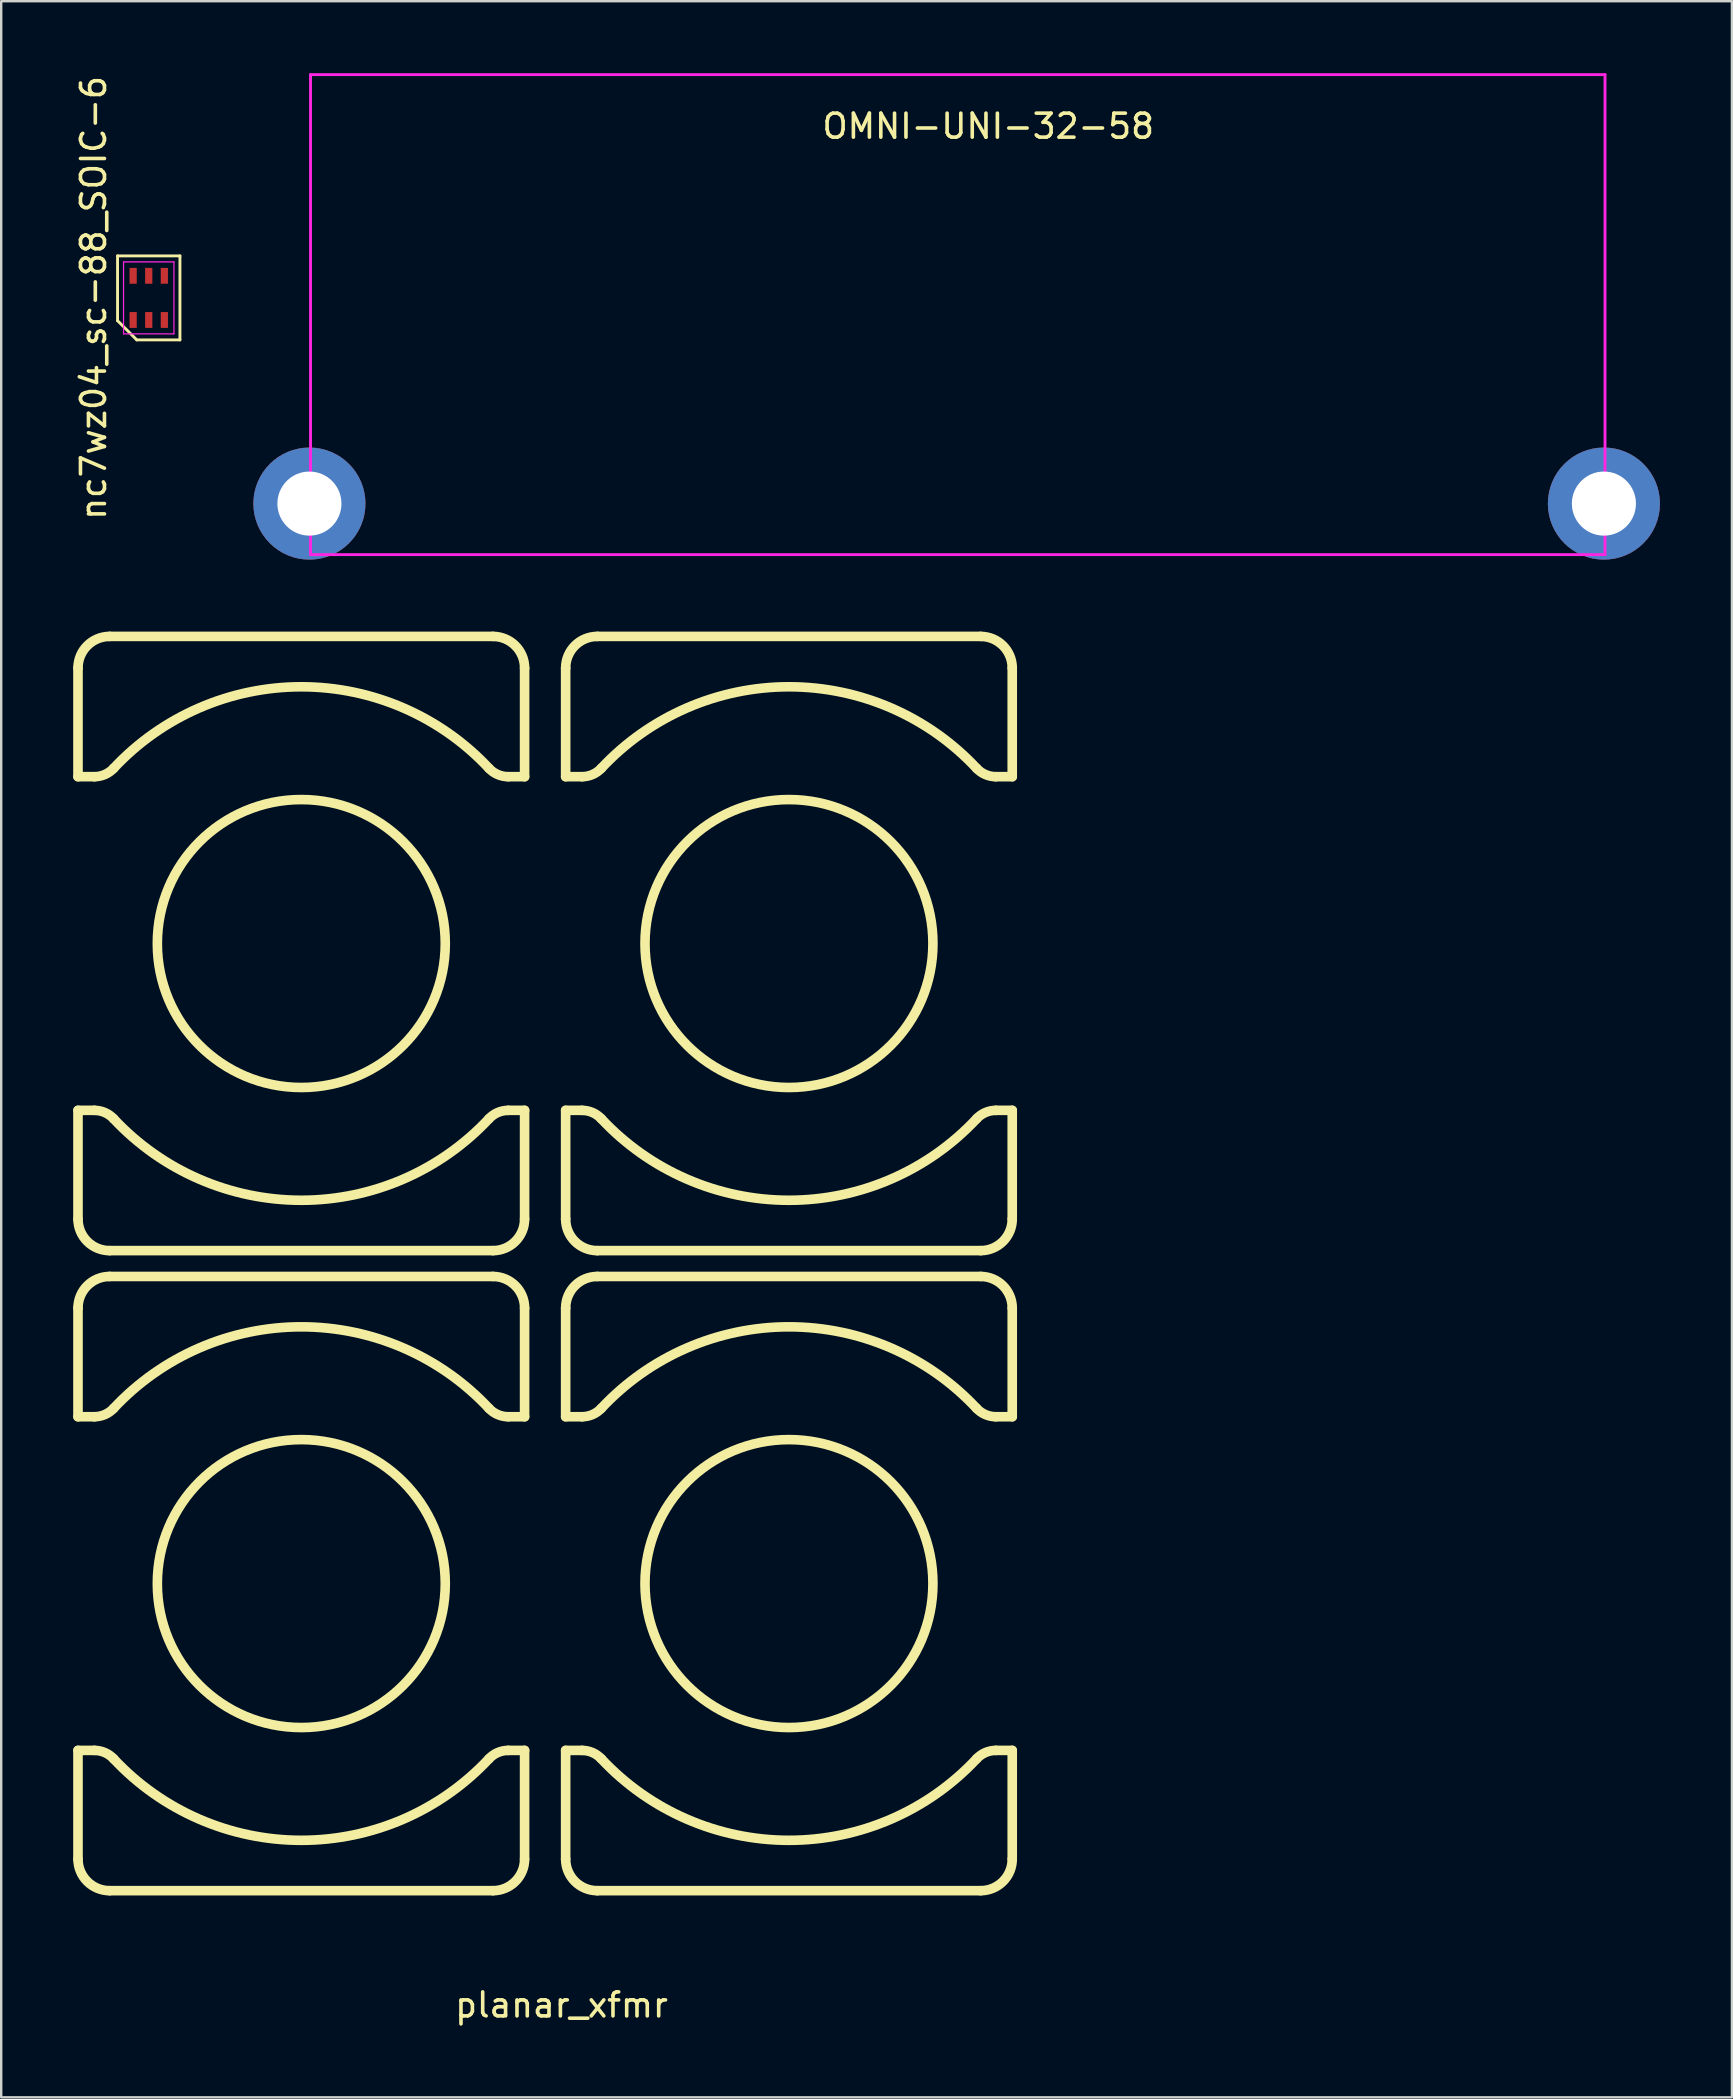
<source format=kicad_pcb>
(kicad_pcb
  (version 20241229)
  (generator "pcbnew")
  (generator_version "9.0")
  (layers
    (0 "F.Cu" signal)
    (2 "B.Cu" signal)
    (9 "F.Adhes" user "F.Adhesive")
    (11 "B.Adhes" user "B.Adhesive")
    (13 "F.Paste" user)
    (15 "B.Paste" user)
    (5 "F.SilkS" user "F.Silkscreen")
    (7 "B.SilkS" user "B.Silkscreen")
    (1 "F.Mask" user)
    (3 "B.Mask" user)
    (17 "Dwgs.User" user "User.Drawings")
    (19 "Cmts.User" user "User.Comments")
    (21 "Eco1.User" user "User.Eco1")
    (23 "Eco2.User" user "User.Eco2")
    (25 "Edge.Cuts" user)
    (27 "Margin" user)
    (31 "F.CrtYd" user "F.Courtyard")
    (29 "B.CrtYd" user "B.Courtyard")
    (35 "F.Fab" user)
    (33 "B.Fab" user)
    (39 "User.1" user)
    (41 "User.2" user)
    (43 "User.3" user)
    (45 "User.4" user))
  (footprint "nc7wz04_sc-88_SOIC-6"
    (layer "F.Cu")
    (at 3.148 9.363)
    (property "Reference" "nc7wz04_sc-88_SOIC-6" (at -2.3 0 90) (unlocked yes) (layer "F.SilkS") (effects (font (size 1 1) (thickness 0.15))))
    (attr smd)
    (fp_line (start -1.3 -1.75) (end 1.3 -1.75) (stroke (width 0.12) (type default)) (layer "F.SilkS"))
    (fp_line (start -1.3 0.95) (end -1.3 -1.75) (stroke (width 0.12) (type default)) (layer "F.SilkS"))
    (fp_line (start -0.5 1.75) (end -1.3 0.95) (stroke (width 0.12) (type default)) (layer "F.SilkS"))
    (fp_line (start 1.3 -1.75) (end 1.3 1.75) (stroke (width 0.12) (type default)) (layer "F.SilkS"))
    (fp_line (start 1.3 1.75) (end -0.5 1.75) (stroke (width 0.12) (type default)) (layer "F.SilkS"))
    (fp_line (start -1.05 -1.5) (end 1.05 -1.5) (stroke (width 0.05) (type default)) (layer "F.CrtYd"))
    (fp_line (start -1.05 1.5) (end -1.05 -1.5) (stroke (width 0.05) (type default)) (layer "F.CrtYd"))
    (fp_line (start 1.05 -1.5) (end 1.05 1.5) (stroke (width 0.05) (type default)) (layer "F.CrtYd"))
    (fp_line (start 1.05 1.5) (end -1.05 1.5) (stroke (width 0.05) (type default)) (layer "F.CrtYd"))
    (pad "1" smd rect (at -0.65 0.92) (size 0.3 0.66) (layers "F.Cu" "F.Mask" "F.Paste"))
    (pad "2" smd rect (at 0 0.92) (size 0.3 0.66) (layers "F.Cu" "F.Mask" "F.Paste"))
    (pad "3" smd rect (at 0.65 0.92) (size 0.3 0.66) (layers "F.Cu" "F.Mask" "F.Paste"))
    (pad "4" smd rect (at 0.65 -0.92) (size 0.3 0.66) (layers "F.Cu" "F.Mask" "F.Paste"))
    (pad "5" smd rect (at 0 -0.92) (size 0.3 0.66) (layers "F.Cu" "F.Mask" "F.Paste"))
    (pad "6" smd rect (at -0.65 -0.92) (size 0.3 0.66) (layers "F.Cu" "F.Mask" "F.Paste")))
  (footprint "planar_xfmr"
    (layer "F.Cu")
    (at 19.714 36.045)
    (property "Reference" "planar_xfmr" (at 0.635 44.45 0) (layer "F.SilkS") (effects (font (size 1 1) (thickness 0.15))))
    (attr through_hole)
    (fp_line (start -19.514 -11.26) (end -19.514 -6.731) (stroke (width 0.4) (type solid)) (layer "F.SilkS"))
    (fp_line (start -19.514 -6.731) (end -18.831 -6.731) (stroke (width 0.4) (type solid)) (layer "F.SilkS"))
    (fp_line (start -19.514 7.172) (end -19.514 11.701) (stroke (width 0.4) (type solid)) (layer "F.SilkS"))
    (fp_line (start -19.514 15.41) (end -19.514 19.939) (stroke (width 0.4) (type solid)) (layer "F.SilkS"))
    (fp_line (start -19.514 19.939) (end -18.831 19.939) (stroke (width 0.4) (type solid)) (layer "F.SilkS"))
    (fp_line (start -19.514 33.842) (end -19.514 38.371) (stroke (width 0.4) (type solid)) (layer "F.SilkS"))
    (fp_line (start -18.831 7.172) (end -19.514 7.172) (stroke (width 0.4) (type solid)) (layer "F.SilkS"))
    (fp_line (start -18.831 33.842) (end -19.514 33.842) (stroke (width 0.4) (type solid)) (layer "F.SilkS"))
    (fp_line (start -18.198 13.017) (end -2.221 13.017) (stroke (width 0.4) (type solid)) (layer "F.SilkS"))
    (fp_line (start -18.198 39.687) (end -2.221 39.687) (stroke (width 0.4) (type solid)) (layer "F.SilkS"))
    (fp_line (start -2.221 -12.576) (end -18.198 -12.576) (stroke (width 0.4) (type solid)) (layer "F.SilkS"))
    (fp_line (start -2.221 14.094) (end -18.198 14.094) (stroke (width 0.4) (type solid)) (layer "F.SilkS"))
    (fp_line (start -1.587 -6.731) (end -0.905 -6.731) (stroke (width 0.4) (type solid)) (layer "F.SilkS"))
    (fp_line (start -1.587 19.939) (end -0.905 19.939) (stroke (width 0.4) (type solid)) (layer "F.SilkS"))
    (fp_line (start -0.905 -6.731) (end -0.905 -11.26) (stroke (width 0.4) (type solid)) (layer "F.SilkS"))
    (fp_line (start -0.905 7.172) (end -1.587 7.172) (stroke (width 0.4) (type solid)) (layer "F.SilkS"))
    (fp_line (start -0.905 11.701) (end -0.905 7.172) (stroke (width 0.4) (type solid)) (layer "F.SilkS"))
    (fp_line (start -0.905 19.939) (end -0.905 15.41) (stroke (width 0.4) (type solid)) (layer "F.SilkS"))
    (fp_line (start -0.905 33.842) (end -1.587 33.842) (stroke (width 0.4) (type solid)) (layer "F.SilkS"))
    (fp_line (start -0.905 38.371) (end -0.905 33.842) (stroke (width 0.4) (type solid)) (layer "F.SilkS"))
    (fp_line (start 0.806 -11.26) (end 0.806 -6.731) (stroke (width 0.4) (type solid)) (layer "F.SilkS"))
    (fp_line (start 0.806 -6.731) (end 1.489 -6.731) (stroke (width 0.4) (type solid)) (layer "F.SilkS"))
    (fp_line (start 0.806 7.172) (end 0.806 11.701) (stroke (width 0.4) (type solid)) (layer "F.SilkS"))
    (fp_line (start 0.806 15.41) (end 0.806 19.939) (stroke (width 0.4) (type solid)) (layer "F.SilkS"))
    (fp_line (start 0.806 19.939) (end 1.489 19.939) (stroke (width 0.4) (type solid)) (layer "F.SilkS"))
    (fp_line (start 0.806 33.842) (end 0.806 38.371) (stroke (width 0.4) (type solid)) (layer "F.SilkS"))
    (fp_line (start 1.489 7.172) (end 0.806 7.172) (stroke (width 0.4) (type solid)) (layer "F.SilkS"))
    (fp_line (start 1.489 33.842) (end 0.806 33.842) (stroke (width 0.4) (type solid)) (layer "F.SilkS"))
    (fp_line (start 2.122 13.017) (end 18.099 13.017) (stroke (width 0.4) (type solid)) (layer "F.SilkS"))
    (fp_line (start 2.122 39.687) (end 18.099 39.687) (stroke (width 0.4) (type solid)) (layer "F.SilkS"))
    (fp_line (start 18.099 -12.576) (end 2.122 -12.576) (stroke (width 0.4) (type solid)) (layer "F.SilkS"))
    (fp_line (start 18.099 14.094) (end 2.122 14.094) (stroke (width 0.4) (type solid)) (layer "F.SilkS"))
    (fp_line (start 18.733 -6.731) (end 19.415 -6.731) (stroke (width 0.4) (type solid)) (layer "F.SilkS"))
    (fp_line (start 18.733 19.939) (end 19.415 19.939) (stroke (width 0.4) (type solid)) (layer "F.SilkS"))
    (fp_line (start 19.415 -6.731) (end 19.415 -11.26) (stroke (width 0.4) (type solid)) (layer "F.SilkS"))
    (fp_line (start 19.415 7.172) (end 18.733 7.172) (stroke (width 0.4) (type solid)) (layer "F.SilkS"))
    (fp_line (start 19.415 11.701) (end 19.415 7.172) (stroke (width 0.4) (type solid)) (layer "F.SilkS"))
    (fp_line (start 19.415 19.939) (end 19.415 15.41) (stroke (width 0.4) (type solid)) (layer "F.SilkS"))
    (fp_line (start 19.415 33.842) (end 18.733 33.842) (stroke (width 0.4) (type solid)) (layer "F.SilkS"))
    (fp_line (start 19.415 38.371) (end 19.415 33.842) (stroke (width 0.4) (type solid)) (layer "F.SilkS"))
    (fp_arc (start -19.513635 -11.2601) (mid -19.128188 -12.190653) (end -18.197635 -12.5761) (stroke (width 0.4) (type solid)) (layer "F.SilkS"))
    (fp_arc (start -19.513635 15.4099) (mid -19.128188 14.479347) (end -18.197635 14.0939) (stroke (width 0.4) (type solid)) (layer "F.SilkS"))
    (fp_arc (start -18.83117 7.172399) (mid -18.394461 7.263182) (end -18.030113 7.520488) (stroke (width 0.4) (type solid)) (layer "F.SilkS"))
    (fp_arc (start -18.83117 33.842399) (mid -18.394461 33.933182) (end -18.030113 34.190488) (stroke (width 0.4) (type solid)) (layer "F.SilkS"))
    (fp_arc (start -18.197635 13.0175) (mid -19.128188 12.632053) (end -19.513635 11.7015) (stroke (width 0.4) (type solid)) (layer "F.SilkS"))
    (fp_arc (start -18.197635 39.6875) (mid -19.128188 39.302053) (end -19.513635 38.3715) (stroke (width 0.4) (type solid)) (layer "F.SilkS"))
    (fp_arc (start -18.030114 -7.079088) (mid -18.394462 -6.821783) (end -18.83117 -6.731) (stroke (width 0.4) (type solid)) (layer "F.SilkS"))
    (fp_arc (start -18.030114 19.590912) (mid -18.394462 19.848217) (end -18.83117 19.939) (stroke (width 0.4) (type solid)) (layer "F.SilkS"))
    (fp_arc (start -18.030113 -7.079088) (mid -10.209335 -10.4775) (end -2.388557 -7.079088) (stroke (width 0.4) (type solid)) (layer "F.SilkS"))
    (fp_arc (start -18.030113 19.590912) (mid -10.209335 16.1925) (end -2.388557 19.590912) (stroke (width 0.4) (type solid)) (layer "F.SilkS"))
    (fp_arc (start -2.388557 7.520487) (mid -2.024209 7.263181) (end -1.5875 7.172399) (stroke (width 0.4) (type solid)) (layer "F.SilkS"))
    (fp_arc (start -2.388557 7.520488) (mid -10.209335 10.9189) (end -18.030113 7.520488) (stroke (width 0.4) (type solid)) (layer "F.SilkS"))
    (fp_arc (start -2.388557 34.190487) (mid -2.024209 33.933181) (end -1.5875 33.842399) (stroke (width 0.4) (type solid)) (layer "F.SilkS"))
    (fp_arc (start -2.388557 34.190488) (mid -10.209335 37.5889) (end -18.030113 34.190488) (stroke (width 0.4) (type solid)) (layer "F.SilkS"))
    (fp_arc (start -2.221035 -12.5761) (mid -1.290482 -12.190653) (end -0.905035 -11.2601) (stroke (width 0.4) (type solid)) (layer "F.SilkS"))
    (fp_arc (start -2.221035 14.0939) (mid -1.290482 14.479347) (end -0.905035 15.4099) (stroke (width 0.4) (type solid)) (layer "F.SilkS"))
    (fp_arc (start -1.5875 -6.730999) (mid -2.024209 -6.821782) (end -2.388557 -7.079088) (stroke (width 0.4) (type solid)) (layer "F.SilkS"))
    (fp_arc (start -1.5875 19.939001) (mid -2.024209 19.848218) (end -2.388557 19.590912) (stroke (width 0.4) (type solid)) (layer "F.SilkS"))
    (fp_arc (start -0.905035 11.7015) (mid -1.290482 12.632053) (end -2.221035 13.0175) (stroke (width 0.4) (type solid)) (layer "F.SilkS"))
    (fp_arc (start -0.905035 38.3715) (mid -1.290482 39.302053) (end -2.221035 39.6875) (stroke (width 0.4) (type solid)) (layer "F.SilkS"))
    (fp_arc (start 0.806365 -11.2601) (mid 1.191812 -12.190653) (end 2.122365 -12.5761) (stroke (width 0.4) (type solid)) (layer "F.SilkS"))
    (fp_arc (start 0.806365 15.4099) (mid 1.191812 14.479347) (end 2.122365 14.0939) (stroke (width 0.4) (type solid)) (layer "F.SilkS"))
    (fp_arc (start 1.48883 7.172399) (mid 1.925539 7.263182) (end 2.289887 7.520488) (stroke (width 0.4) (type solid)) (layer "F.SilkS"))
    (fp_arc (start 1.48883 33.842399) (mid 1.925539 33.933182) (end 2.289887 34.190488) (stroke (width 0.4) (type solid)) (layer "F.SilkS"))
    (fp_arc (start 2.122365 13.0175) (mid 1.191812 12.632053) (end 0.806365 11.7015) (stroke (width 0.4) (type solid)) (layer "F.SilkS"))
    (fp_arc (start 2.122365 39.6875) (mid 1.191812 39.302053) (end 0.806365 38.3715) (stroke (width 0.4) (type solid)) (layer "F.SilkS"))
    (fp_arc (start 2.289886 -7.079088) (mid 1.925538 -6.821783) (end 1.48883 -6.731) (stroke (width 0.4) (type solid)) (layer "F.SilkS"))
    (fp_arc (start 2.289886 19.590912) (mid 1.925538 19.848217) (end 1.48883 19.939) (stroke (width 0.4) (type solid)) (layer "F.SilkS"))
    (fp_arc (start 2.289887 -7.079088) (mid 10.110665 -10.4775) (end 17.931443 -7.079088) (stroke (width 0.4) (type solid)) (layer "F.SilkS"))
    (fp_arc (start 2.289887 19.590912) (mid 10.110665 16.1925) (end 17.931443 19.590912) (stroke (width 0.4) (type solid)) (layer "F.SilkS"))
    (fp_arc (start 17.931443 7.520487) (mid 18.295791 7.263181) (end 18.7325 7.172399) (stroke (width 0.4) (type solid)) (layer "F.SilkS"))
    (fp_arc (start 17.931443 7.520488) (mid 10.110665 10.9189) (end 2.289887 7.520488) (stroke (width 0.4) (type solid)) (layer "F.SilkS"))
    (fp_arc (start 17.931443 34.190487) (mid 18.295791 33.933181) (end 18.7325 33.842399) (stroke (width 0.4) (type solid)) (layer "F.SilkS"))
    (fp_arc (start 17.931443 34.190488) (mid 10.110665 37.5889) (end 2.289887 34.190488) (stroke (width 0.4) (type solid)) (layer "F.SilkS"))
    (fp_arc (start 18.098965 -12.5761) (mid 19.029518 -12.190653) (end 19.414965 -11.2601) (stroke (width 0.4) (type solid)) (layer "F.SilkS"))
    (fp_arc (start 18.098965 14.0939) (mid 19.029518 14.479347) (end 19.414965 15.4099) (stroke (width 0.4) (type solid)) (layer "F.SilkS"))
    (fp_arc (start 18.7325 -6.730999) (mid 18.295791 -6.821782) (end 17.931443 -7.079088) (stroke (width 0.4) (type solid)) (layer "F.SilkS"))
    (fp_arc (start 18.7325 19.939001) (mid 18.295791 19.848218) (end 17.931443 19.590912) (stroke (width 0.4) (type solid)) (layer "F.SilkS"))
    (fp_arc (start 19.414965 11.7015) (mid 19.029518 12.632053) (end 18.098965 13.0175) (stroke (width 0.4) (type solid)) (layer "F.SilkS"))
    (fp_arc (start 19.414965 38.3715) (mid 19.029518 39.302053) (end 18.098965 39.6875) (stroke (width 0.4) (type solid)) (layer "F.SilkS"))
    (fp_circle (center -10.209 0.221) (end -10.209 -5.778) (stroke (width 0.4) (type solid)) (fill no) (layer "F.SilkS"))
    (fp_circle (center -10.209 26.891) (end -10.209 20.892) (stroke (width 0.4) (type solid)) (fill no) (layer "F.SilkS"))
    (fp_circle (center 10.111 0.221) (end 10.111 -5.778) (stroke (width 0.4) (type solid)) (fill no) (layer "F.SilkS"))
    (fp_circle (center 10.111 26.891) (end 10.111 20.892) (stroke (width 0.4) (type solid)) (fill no) (layer "F.SilkS")))
  (footprint "OMNI-UNI-32-58"
    (layer "F.Cu")
    (at 36.813 17.934)
    (property "Reference" "OMNI-UNI-32-58" (at 1.316 -15.724 0) (unlocked yes) (layer "F.SilkS") (effects (font (size 1 1) (thickness 0.15))))
    (attr through_hole)
    (fp_line (start -26.924 -17.874) (end 27.016 -17.874) (stroke (width 0.12) (type solid)) (layer "F.CrtYd"))
    (fp_line (start -26.924 2.126) (end -26.924 -17.874) (stroke (width 0.12) (type solid)) (layer "F.CrtYd"))
    (fp_line (start -26.924 2.126) (end 27.016 2.126) (stroke (width 0.12) (type solid)) (layer "F.CrtYd"))
    (fp_line (start 27.016 2.126) (end 27.016 -17.874) (stroke (width 0.12) (type solid)) (layer "F.CrtYd"))
    (pad "1" thru_hole circle (at 26.97 0) (size 4.67 4.67) (drill 2.67) (layers "*.Cu" "*.Mask"))
    (pad "2" thru_hole circle (at -26.97 0) (size 4.67 4.67) (drill 2.67) (layers "*.Cu" "*.Mask")))
  (gr_rect
    (start -3 -3)
    (end 69.118 84.343)
    (stroke (width 0.1) (type default))
    (fill no)
    (layer "Edge.Cuts")))
</source>
